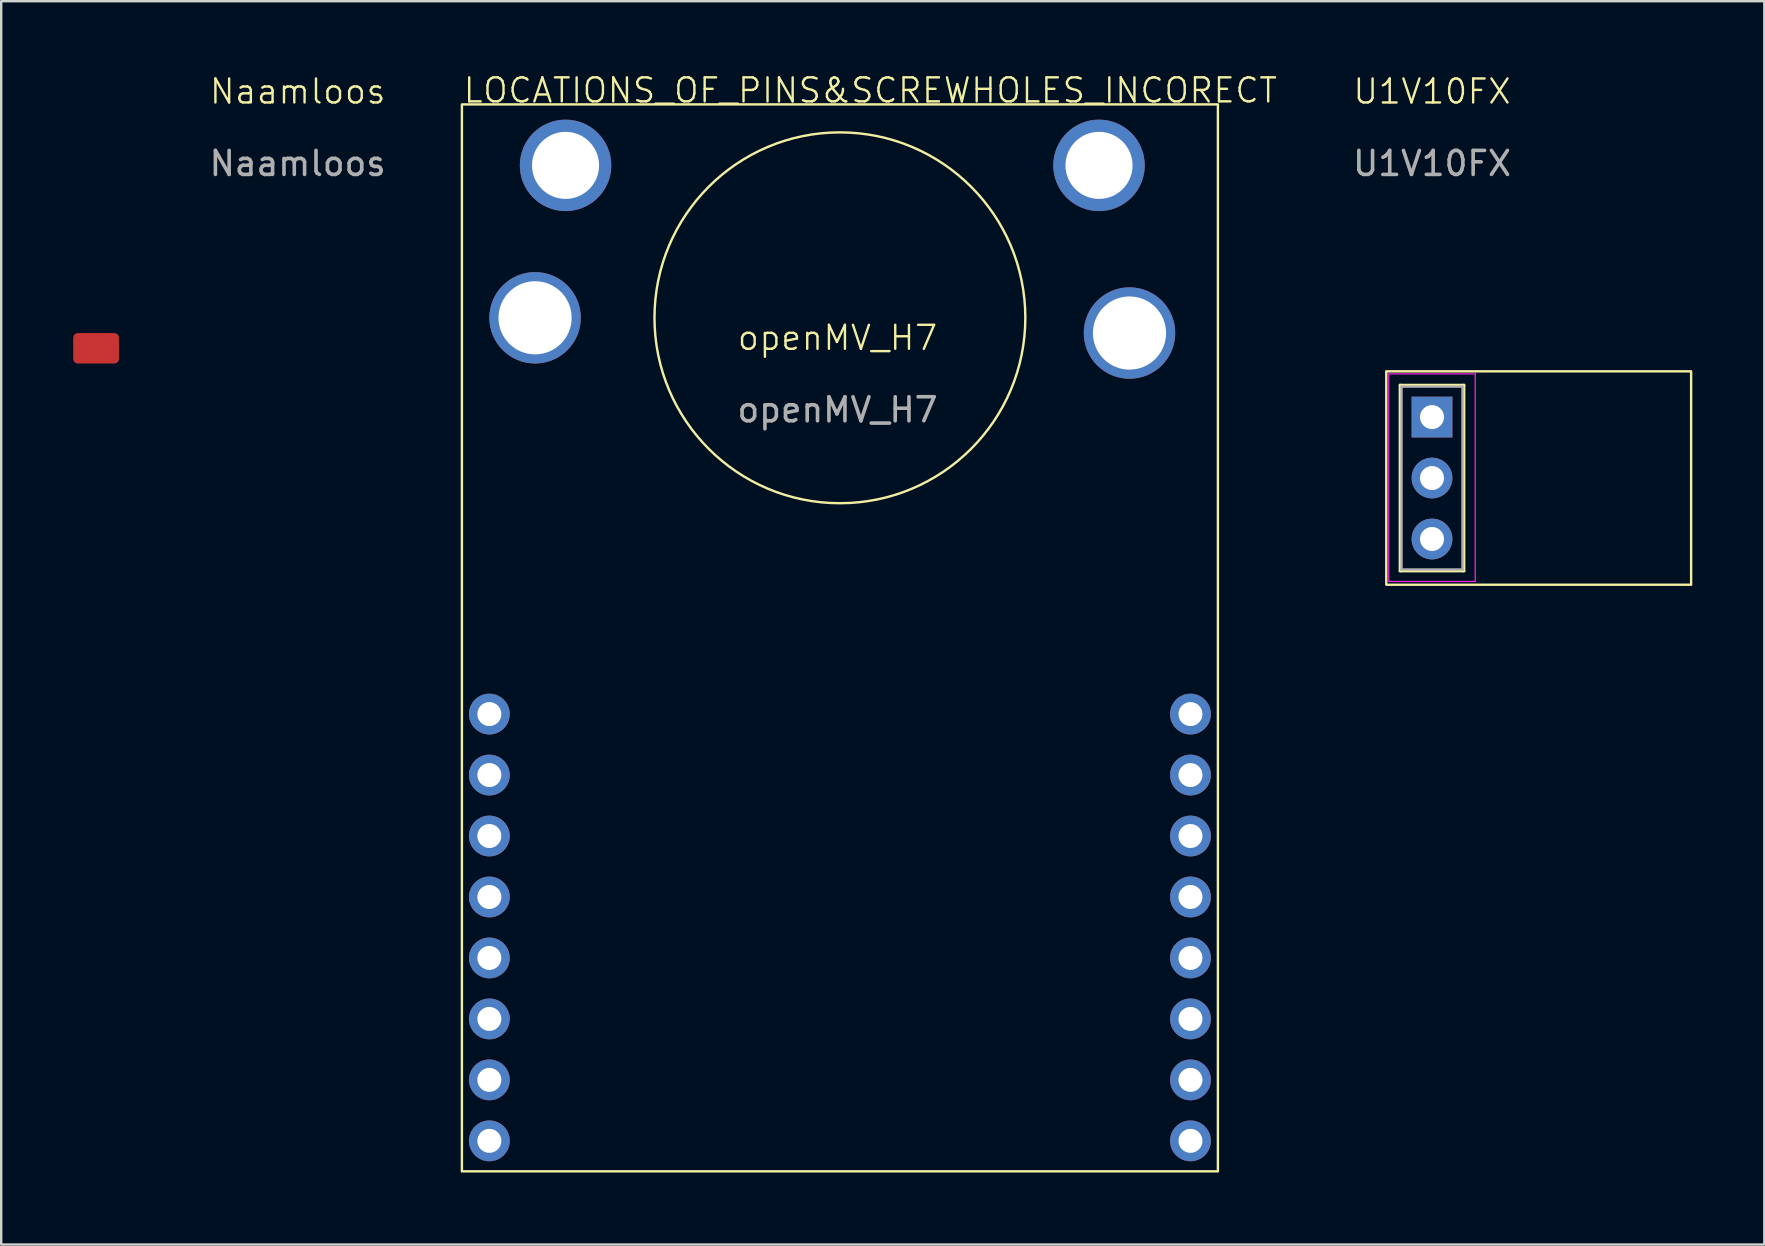
<source format=kicad_pcb>
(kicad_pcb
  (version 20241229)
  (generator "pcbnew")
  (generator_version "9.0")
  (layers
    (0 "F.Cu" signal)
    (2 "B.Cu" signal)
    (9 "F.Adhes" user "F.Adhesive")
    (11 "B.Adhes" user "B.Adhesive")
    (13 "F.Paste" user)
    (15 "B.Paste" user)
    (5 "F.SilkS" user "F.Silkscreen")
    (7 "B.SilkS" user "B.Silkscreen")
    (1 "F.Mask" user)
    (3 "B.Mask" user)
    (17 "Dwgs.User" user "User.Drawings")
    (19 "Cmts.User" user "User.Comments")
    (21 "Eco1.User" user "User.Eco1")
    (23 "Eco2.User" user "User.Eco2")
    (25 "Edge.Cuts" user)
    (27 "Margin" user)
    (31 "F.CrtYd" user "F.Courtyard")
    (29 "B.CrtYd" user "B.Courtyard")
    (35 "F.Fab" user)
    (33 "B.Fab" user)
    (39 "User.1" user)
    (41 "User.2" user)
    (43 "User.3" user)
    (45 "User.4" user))
  (footprint "U1V10FX"
    (layer "F.Cu")
    (at 56.61 16.866)
    (property "Reference" "U1V10FX" (at 0 -16.105 0) (unlocked yes) (layer "F.SilkS") (effects (font (size 1 1) (thickness 0.1))))
    (attr smd)
    (fp_line (start -1.33 -3.87) (end -1.33 3.87) (stroke (width 0.12) (type solid)) (layer "F.SilkS"))
    (fp_line (start -1.33 -3.87) (end 1.33 -3.87) (stroke (width 0.12) (type solid)) (layer "F.SilkS"))
    (fp_line (start -1.33 3.87) (end 1.33 3.87) (stroke (width 0.12) (type solid)) (layer "F.SilkS"))
    (fp_line (start 1.33 -3.87) (end 1.33 3.87) (stroke (width 0.12) (type solid)) (layer "F.SilkS"))
    (fp_rect (start -1.905 -4.445) (end 10.795 4.445) (stroke (width 0.1) (type solid)) (fill no) (layer "F.SilkS"))
    (fp_line (start -1.8 -4.34) (end -1.8 4.31) (stroke (width 0.05) (type solid)) (layer "F.CrtYd"))
    (fp_line (start -1.8 4.31) (end 1.8 4.31) (stroke (width 0.05) (type solid)) (layer "F.CrtYd"))
    (fp_line (start 1.8 -4.34) (end -1.8 -4.34) (stroke (width 0.05) (type solid)) (layer "F.CrtYd"))
    (fp_line (start 1.8 4.31) (end 1.8 -4.34) (stroke (width 0.05) (type solid)) (layer "F.CrtYd"))
    (fp_line (start -1.27 -3.81) (end 1.27 -3.81) (stroke (width 0.1) (type solid)) (layer "F.Fab"))
    (fp_line (start -1.27 3.81) (end -1.27 -3.81) (stroke (width 0.1) (type solid)) (layer "F.Fab"))
    (fp_line (start 1.27 -3.81) (end 1.27 3.81) (stroke (width 0.1) (type solid)) (layer "F.Fab"))
    (fp_line (start 1.27 3.81) (end -1.27 3.81) (stroke (width 0.1) (type solid)) (layer "F.Fab"))
    (fp_text user "${REFERENCE}" (at 0 -13.105 0) (unlocked yes) (layer "F.Fab") (effects (font (size 1 1) (thickness 0.15))))
    (pad "1" thru_hole rect (at 0 -2.54) (size 1.7 1.7) (drill 1) (layers "*.Cu" "*.Mask"))
    (pad "2" thru_hole oval (at 0 0) (size 1.7 1.7) (drill 1) (layers "*.Cu" "*.Mask"))
    (pad "3" thru_hole oval (at 0 2.54) (size 1.7 1.7) (drill 1) (layers "*.Cu" "*.Mask")))
  (footprint "openMV_H7"
    (layer "F.Cu")
    (at 31.942 23.525)
    (property "Reference" "openMV_H7" (at -0.1 -12.5 0) (unlocked yes) (layer "F.SilkS") (effects (font (size 1 1) (thickness 0.1))))
    (attr smd)
    (fp_rect (start -15.748 -22.225) (end 15.748 22.225) (stroke (width 0.1) (type default)) (fill no) (layer "F.SilkS"))
    (fp_circle (center 0 -13.335) (end 7.62 -12.065) (stroke (width 0.1) (type default)) (fill no) (layer "F.SilkS"))
    (fp_text user "LOCATIONS_OF_PINS&SCREWHOLES_INCORECT" (at -15.748 -22.225 0) (unlocked yes) (layer "F.SilkS") (effects (font (size 1 1) (thickness 0.1)) (justify left bottom)))
    (fp_text user "${REFERENCE}" (at -0.1 -9.5 0) (unlocked yes) (layer "F.Fab") (effects (font (size 1 1) (thickness 0.15))))
    (pad "0" thru_hole circle (at -12.7 -13.335) (size 3.81 3.81) (drill 3.048) (layers "*.Cu" "*.Mask"))
    (pad "0" thru_hole circle (at -11.43 -19.685) (size 3.81 3.81) (drill 2.794) (layers "*.Cu" "*.Mask"))
    (pad "0" thru_hole circle (at 10.795 -19.685) (size 3.81 3.81) (drill 2.794) (layers "*.Cu" "*.Mask"))
    (pad "0" thru_hole circle (at 12.065 -12.7) (size 3.81 3.81) (drill 3.048) (layers "*.Cu" "*.Mask"))
    (pad "1" thru_hole circle (at -14.605 3.175) (size 1.7 1.7) (drill 1) (layers "*.Cu" "*.Mask"))
    (pad "2" thru_hole circle (at -14.605 5.715) (size 1.7 1.7) (drill 1) (layers "*.Cu" "*.Mask"))
    (pad "3" thru_hole circle (at -14.605 8.255) (size 1.7 1.7) (drill 1) (layers "*.Cu" "*.Mask"))
    (pad "4" thru_hole circle (at -14.605 10.795) (size 1.7 1.7) (drill 1) (layers "*.Cu" "*.Mask"))
    (pad "5" thru_hole circle (at -14.605 13.335) (size 1.7 1.7) (drill 1) (layers "*.Cu" "*.Mask"))
    (pad "6" thru_hole circle (at -14.605 15.875) (size 1.7 1.7) (drill 1) (layers "*.Cu" "*.Mask"))
    (pad "7" thru_hole circle (at -14.605 18.415) (size 1.7 1.7) (drill 1) (layers "*.Cu" "*.Mask"))
    (pad "8" thru_hole circle (at -14.605 20.955) (size 1.7 1.7) (drill 1) (layers "*.Cu" "*.Mask"))
    (pad "9" thru_hole circle (at 14.605 3.175) (size 1.7 1.7) (drill 1) (layers "*.Cu" "*.Mask"))
    (pad "10" thru_hole circle (at 14.605 5.715) (size 1.7 1.7) (drill 1) (layers "*.Cu" "*.Mask"))
    (pad "11" thru_hole circle (at 14.605 8.255) (size 1.7 1.7) (drill 1) (layers "*.Cu" "*.Mask"))
    (pad "12" thru_hole circle (at 14.605 10.795) (size 1.7 1.7) (drill 1) (layers "*.Cu" "*.Mask"))
    (pad "13" thru_hole circle (at 14.605 13.335) (size 1.7 1.7) (drill 1) (layers "*.Cu" "*.Mask"))
    (pad "14" thru_hole circle (at 14.605 15.875) (size 1.7 1.7) (drill 1) (layers "*.Cu" "*.Mask"))
    (pad "15" thru_hole circle (at 14.605 18.415) (size 1.7 1.7) (drill 1) (layers "*.Cu" "*.Mask"))
    (pad "16" thru_hole circle (at 14.605 20.955) (size 1.7 1.7) (drill 1) (layers "*.Cu" "*.Mask")))
  (footprint "Naamloos"
    (layer "F.Cu")
    (at 9.453 13.261)
    (property "Reference" "Naamloos" (at -0.1 -12.5 0) (unlocked yes) (layer "F.SilkS") (effects (font (size 1 1) (thickness 0.1))))
    (attr smd)
    (fp_text user "${REFERENCE}" (at -0.1 -9.5 0) (unlocked yes) (layer "F.Fab") (effects (font (size 1 1) (thickness 0.15))))
    (pad "1" smd roundrect (at -8.5 -1.8) (size 1.905 1.27) (layers "F.Cu" "F.Mask" "F.Paste") (roundrect_rratio 0.15)))
  (gr_rect
    (start -3 -3)
    (end 70.455 48.8)
    (stroke (width 0.1) (type default))
    (fill no)
    (layer "Edge.Cuts")))
</source>
